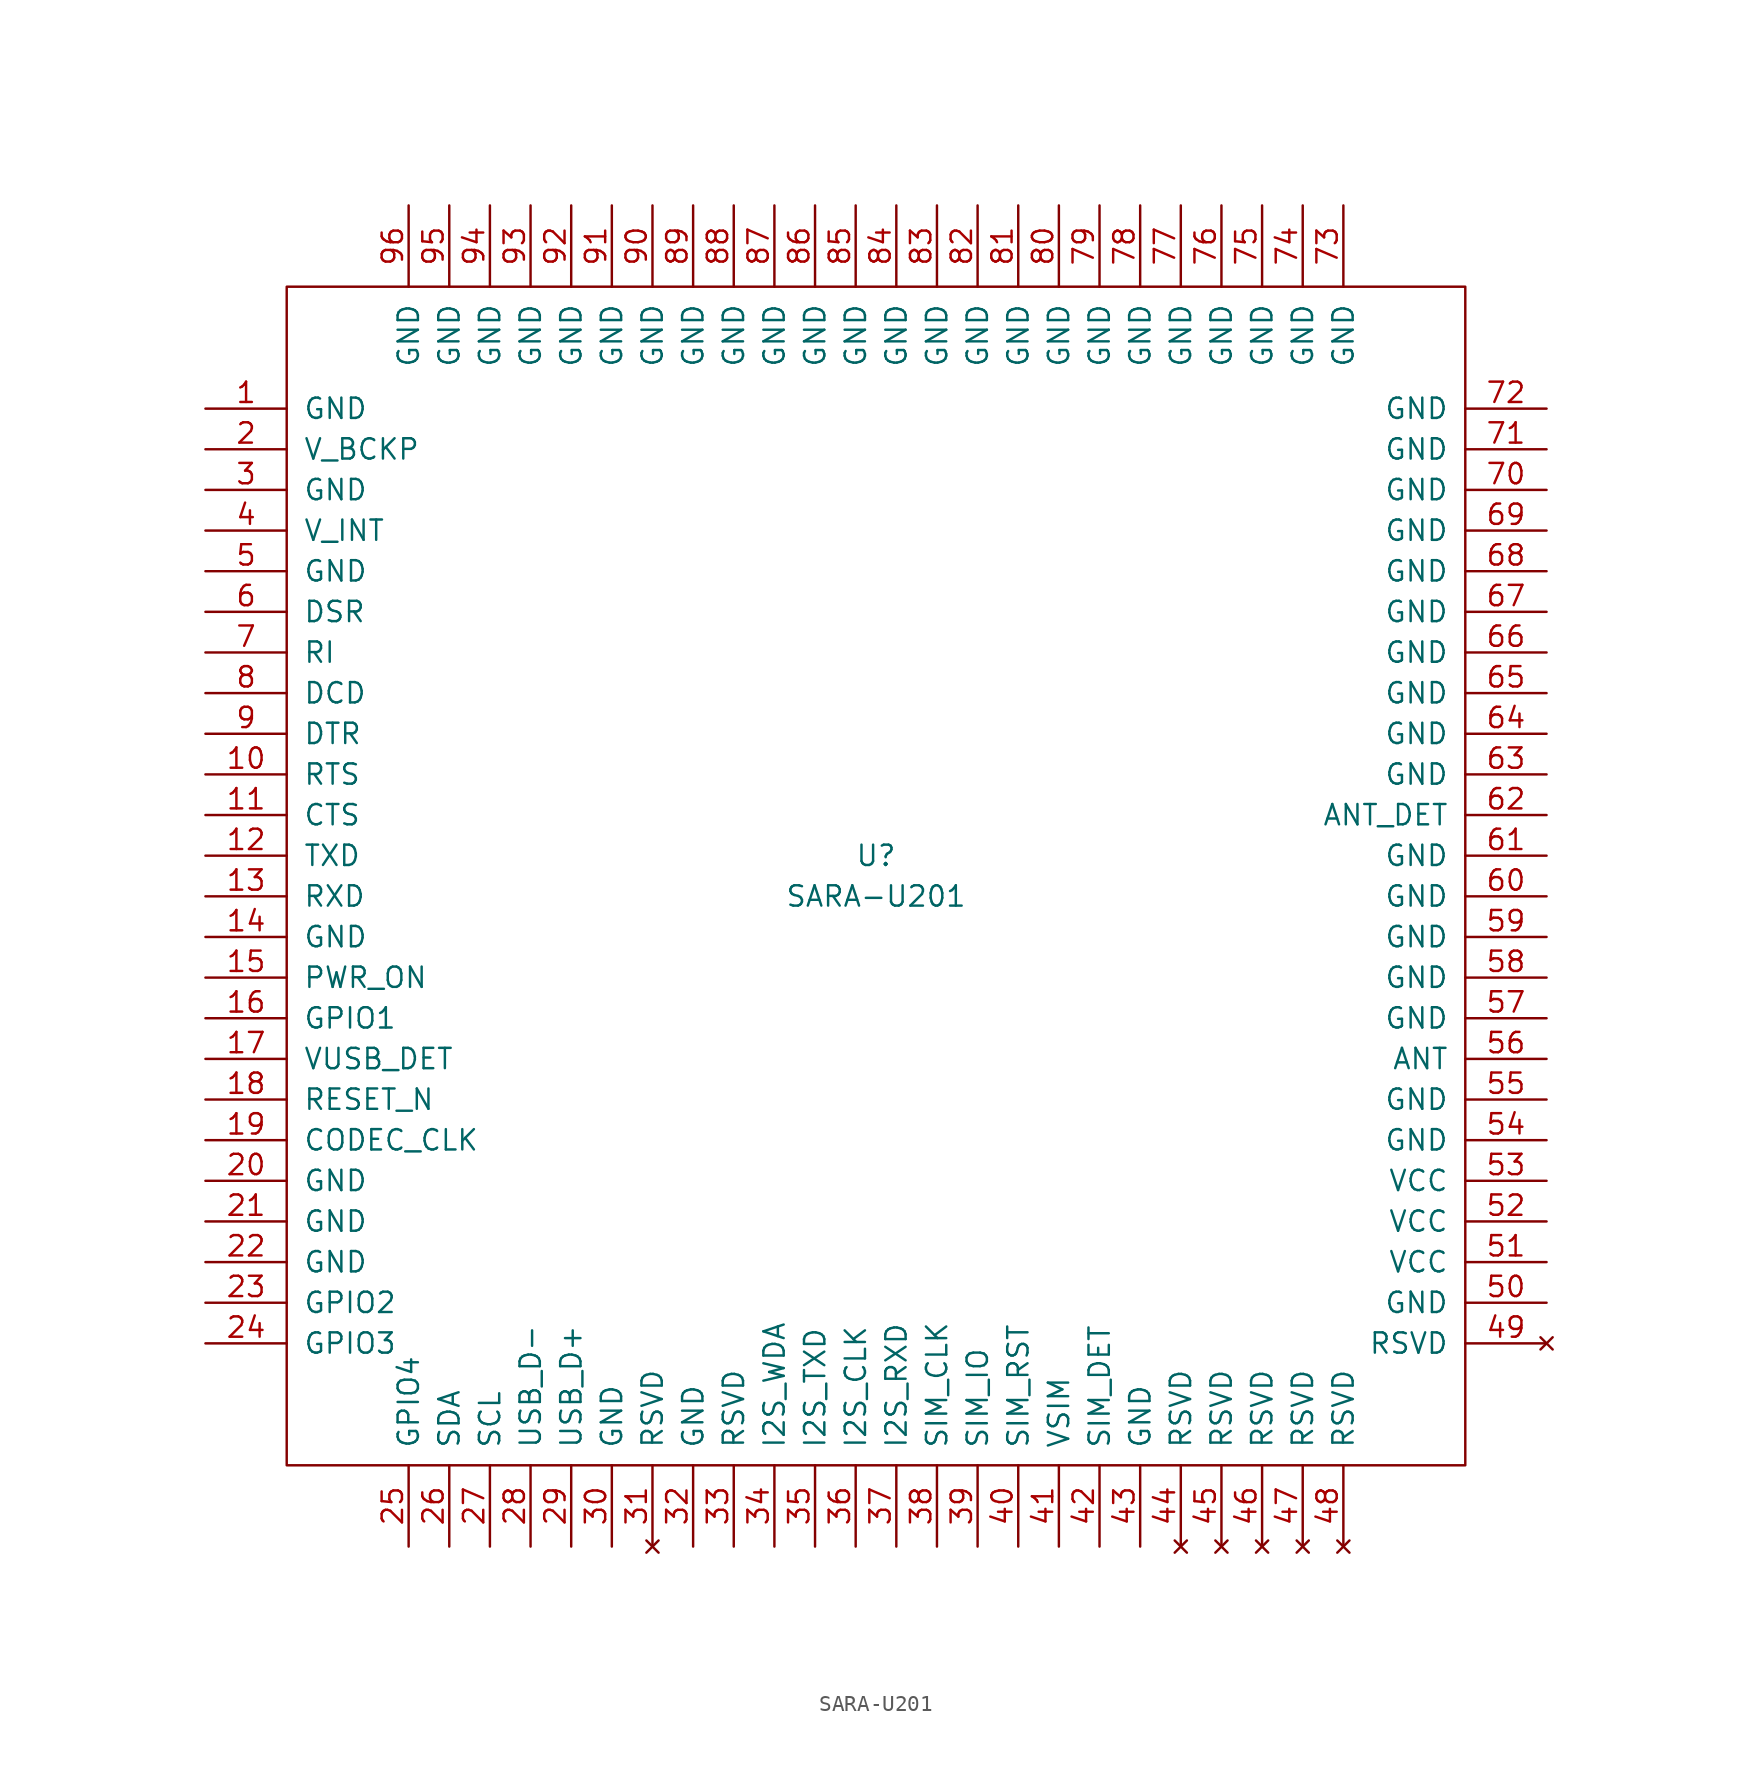
<source format=kicad_sym>
(kicad_symbol_lib
  (version 20201005)
  (generator kicad_symbol_editor)
  (symbol "SARA-U201"
    (pin_names
      (offset 1.016))
    (property "Reference" "U"
      (at 0 1.27 0)
      (effects (font (size 1.27 1.27))))
    (property "Value" "SARA-U201"
      (at 0 -1.27 0)
      (effects (font (size 1.27 1.27))))
    (symbol "SARA-U201_0_1"
      (rectangle (start -36.83 -36.83) (end 36.83 36.83) (stroke (width 0)) (fill (type none))))
    (symbol "SARA-U201_1_1"
      (pin power_in line (at -41.91 29.21 0) (length 5.08) (name "GND" (effects (font (size 1.27 1.27)))) (number "1" (effects (font (size 1.27 1.27)))))
      (pin input line (at -41.91 6.35 0) (length 5.08) (name "RTS" (effects (font (size 1.27 1.27)))) (number "10" (effects (font (size 1.27 1.27)))))
      (pin output line (at -41.91 3.81 0) (length 5.08) (name "CTS" (effects (font (size 1.27 1.27)))) (number "11" (effects (font (size 1.27 1.27)))))
      (pin input line (at -41.91 1.27 0) (length 5.08) (name "TXD" (effects (font (size 1.27 1.27)))) (number "12" (effects (font (size 1.27 1.27)))))
      (pin output line (at -41.91 -1.27 0) (length 5.08) (name "RXD" (effects (font (size 1.27 1.27)))) (number "13" (effects (font (size 1.27 1.27)))))
      (pin power_in line (at -41.91 -3.81 0) (length 5.08) (name "GND" (effects (font (size 1.27 1.27)))) (number "14" (effects (font (size 1.27 1.27)))))
      (pin input line (at -41.91 -6.35 0) (length 5.08) (name "PWR_ON" (effects (font (size 1.27 1.27)))) (number "15" (effects (font (size 1.27 1.27)))))
      (pin bidirectional line (at -41.91 -8.89 0) (length 5.08) (name "GPIO1" (effects (font (size 1.27 1.27)))) (number "16" (effects (font (size 1.27 1.27)))))
      (pin input line (at -41.91 -11.43 0) (length 5.08) (name "VUSB_DET~" (effects (font (size 1.27 1.27)))) (number "17" (effects (font (size 1.27 1.27)))))
      (pin input line (at -41.91 -13.97 0) (length 5.08) (name "RESET_N" (effects (font (size 1.27 1.27)))) (number "18" (effects (font (size 1.27 1.27)))))
      (pin output line (at -41.91 -16.51 0) (length 5.08) (name "CODEC_CLK" (effects (font (size 1.27 1.27)))) (number "19" (effects (font (size 1.27 1.27)))))
      (pin bidirectional line (at -41.91 26.67 0) (length 5.08) (name "V_BCKP" (effects (font (size 1.27 1.27)))) (number "2" (effects (font (size 1.27 1.27)))))
      (pin power_in line (at -41.91 -19.05 0) (length 5.08) (name "GND" (effects (font (size 1.27 1.27)))) (number "20" (effects (font (size 1.27 1.27)))))
      (pin power_in line (at -41.91 -21.59 0) (length 5.08) (name "GND~" (effects (font (size 1.27 1.27)))) (number "21" (effects (font (size 1.27 1.27)))))
      (pin power_in line (at -41.91 -24.13 0) (length 5.08) (name "GND" (effects (font (size 1.27 1.27)))) (number "22" (effects (font (size 1.27 1.27)))))
      (pin bidirectional line (at -41.91 -26.67 0) (length 5.08) (name "GPIO2" (effects (font (size 1.27 1.27)))) (number "23" (effects (font (size 1.27 1.27)))))
      (pin bidirectional line (at -41.91 -29.21 0) (length 5.08) (name "GPIO3" (effects (font (size 1.27 1.27)))) (number "24" (effects (font (size 1.27 1.27)))))
      (pin passive line (at -29.21 -41.91 90) (length 5.08) (name "GPIO4" (effects (font (size 1.27 1.27)))) (number "25" (effects (font (size 1.27 1.27)))))
      (pin bidirectional line (at -26.67 -41.91 90) (length 5.08) (name "SDA" (effects (font (size 1.27 1.27)))) (number "26" (effects (font (size 1.27 1.27)))))
      (pin output line (at -24.13 -41.91 90) (length 5.08) (name "SCL" (effects (font (size 1.27 1.27)))) (number "27" (effects (font (size 1.27 1.27)))))
      (pin bidirectional line (at -21.59 -41.91 90) (length 5.08) (name "USB_D-~" (effects (font (size 1.27 1.27)))) (number "28" (effects (font (size 1.27 1.27)))))
      (pin bidirectional line (at -19.05 -41.91 90) (length 5.08) (name "USB_D+" (effects (font (size 1.27 1.27)))) (number "29" (effects (font (size 1.27 1.27)))))
      (pin power_in line (at -41.91 24.13 0) (length 5.08) (name "GND" (effects (font (size 1.27 1.27)))) (number "3" (effects (font (size 1.27 1.27)))))
      (pin power_in line (at -16.51 -41.91 90) (length 5.08) (name "GND" (effects (font (size 1.27 1.27)))) (number "30" (effects (font (size 1.27 1.27)))))
      (pin unconnected line (at -13.97 -41.91 90) (length 5.08) (name "RSVD" (effects (font (size 1.27 1.27)))) (number "31" (effects (font (size 1.27 1.27)))))
      (pin power_in line (at -11.43 -41.91 90) (length 5.08) (name "GND" (effects (font (size 1.27 1.27)))) (number "32" (effects (font (size 1.27 1.27)))))
      (pin unspecified line (at -8.89 -41.91 90) (length 5.08) (name "RSVD" (effects (font (size 1.27 1.27)))) (number "33" (effects (font (size 1.27 1.27)))))
      (pin bidirectional line (at -6.35 -41.91 90) (length 5.08) (name "I2S_WDA" (effects (font (size 1.27 1.27)))) (number "34" (effects (font (size 1.27 1.27)))))
      (pin bidirectional line (at -3.81 -41.91 90) (length 5.08) (name "I2S_TXD" (effects (font (size 1.27 1.27)))) (number "35" (effects (font (size 1.27 1.27)))))
      (pin bidirectional line (at -1.27 -41.91 90) (length 5.08) (name "I2S_CLK" (effects (font (size 1.27 1.27)))) (number "36" (effects (font (size 1.27 1.27)))))
      (pin bidirectional line (at 1.27 -41.91 90) (length 5.08) (name "I2S_RXD" (effects (font (size 1.27 1.27)))) (number "37" (effects (font (size 1.27 1.27)))))
      (pin output line (at 3.81 -41.91 90) (length 5.08) (name "SIM_CLK" (effects (font (size 1.27 1.27)))) (number "38" (effects (font (size 1.27 1.27)))))
      (pin bidirectional line (at 6.35 -41.91 90) (length 5.08) (name "SIM_IO" (effects (font (size 1.27 1.27)))) (number "39" (effects (font (size 1.27 1.27)))))
      (pin power_out line (at -41.91 21.59 0) (length 5.08) (name "V_INT" (effects (font (size 1.27 1.27)))) (number "4" (effects (font (size 1.27 1.27)))))
      (pin output line (at 8.89 -41.91 90) (length 5.08) (name "SIM_RST" (effects (font (size 1.27 1.27)))) (number "40" (effects (font (size 1.27 1.27)))))
      (pin power_out line (at 11.43 -41.91 90) (length 5.08) (name "VSIM" (effects (font (size 1.27 1.27)))) (number "41" (effects (font (size 1.27 1.27)))))
      (pin input line (at 13.97 -41.91 90) (length 5.08) (name "SIM_DET" (effects (font (size 1.27 1.27)))) (number "42" (effects (font (size 1.27 1.27)))))
      (pin power_in line (at 16.51 -41.91 90) (length 5.08) (name "GND" (effects (font (size 1.27 1.27)))) (number "43" (effects (font (size 1.27 1.27)))))
      (pin unconnected line (at 19.05 -41.91 90) (length 5.08) (name "RSVD" (effects (font (size 1.27 1.27)))) (number "44" (effects (font (size 1.27 1.27)))))
      (pin unconnected line (at 21.59 -41.91 90) (length 5.08) (name "RSVD" (effects (font (size 1.27 1.27)))) (number "45" (effects (font (size 1.27 1.27)))))
      (pin unconnected line (at 24.13 -41.91 90) (length 5.08) (name "RSVD" (effects (font (size 1.27 1.27)))) (number "46" (effects (font (size 1.27 1.27)))))
      (pin unconnected line (at 26.67 -41.91 90) (length 5.08) (name "RSVD" (effects (font (size 1.27 1.27)))) (number "47" (effects (font (size 1.27 1.27)))))
      (pin unconnected line (at 29.21 -41.91 90) (length 5.08) (name "RSVD" (effects (font (size 1.27 1.27)))) (number "48" (effects (font (size 1.27 1.27)))))
      (pin unconnected line (at 41.91 -29.21 180) (length 5.08) (name "RSVD" (effects (font (size 1.27 1.27)))) (number "49" (effects (font (size 1.27 1.27)))))
      (pin power_in line (at -41.91 19.05 0) (length 5.08) (name "GND" (effects (font (size 1.27 1.27)))) (number "5" (effects (font (size 1.27 1.27)))))
      (pin power_in line (at 41.91 -26.67 180) (length 5.08) (name "GND" (effects (font (size 1.27 1.27)))) (number "50" (effects (font (size 1.27 1.27)))))
      (pin power_in line (at 41.91 -24.13 180) (length 5.08) (name "VCC" (effects (font (size 1.27 1.27)))) (number "51" (effects (font (size 1.27 1.27)))))
      (pin power_in line (at 41.91 -21.59 180) (length 5.08) (name "VCC" (effects (font (size 1.27 1.27)))) (number "52" (effects (font (size 1.27 1.27)))))
      (pin power_in line (at 41.91 -19.05 180) (length 5.08) (name "VCC" (effects (font (size 1.27 1.27)))) (number "53" (effects (font (size 1.27 1.27)))))
      (pin power_in line (at 41.91 -16.51 180) (length 5.08) (name "GND" (effects (font (size 1.27 1.27)))) (number "54" (effects (font (size 1.27 1.27)))))
      (pin power_in line (at 41.91 -13.97 180) (length 5.08) (name "GND" (effects (font (size 1.27 1.27)))) (number "55" (effects (font (size 1.27 1.27)))))
      (pin bidirectional line (at 41.91 -11.43 180) (length 5.08) (name "ANT~" (effects (font (size 1.27 1.27)))) (number "56" (effects (font (size 1.27 1.27)))))
      (pin power_in line (at 41.91 -8.89 180) (length 5.08) (name "GND" (effects (font (size 1.27 1.27)))) (number "57" (effects (font (size 1.27 1.27)))))
      (pin power_in line (at 41.91 -6.35 180) (length 5.08) (name "GND~" (effects (font (size 1.27 1.27)))) (number "58" (effects (font (size 1.27 1.27)))))
      (pin power_in line (at 41.91 -3.81 180) (length 5.08) (name "GND" (effects (font (size 1.27 1.27)))) (number "59" (effects (font (size 1.27 1.27)))))
      (pin output line (at -41.91 16.51 0) (length 5.08) (name "DSR" (effects (font (size 1.27 1.27)))) (number "6" (effects (font (size 1.27 1.27)))))
      (pin power_in line (at 41.91 -1.27 180) (length 5.08) (name "GND" (effects (font (size 1.27 1.27)))) (number "60" (effects (font (size 1.27 1.27)))))
      (pin power_in line (at 41.91 1.27 180) (length 5.08) (name "GND" (effects (font (size 1.27 1.27)))) (number "61" (effects (font (size 1.27 1.27)))))
      (pin input line (at 41.91 3.81 180) (length 5.08) (name "ANT_DET" (effects (font (size 1.27 1.27)))) (number "62" (effects (font (size 1.27 1.27)))))
      (pin power_in line (at 41.91 6.35 180) (length 5.08) (name "GND" (effects (font (size 1.27 1.27)))) (number "63" (effects (font (size 1.27 1.27)))))
      (pin power_in line (at 41.91 8.89 180) (length 5.08) (name "GND" (effects (font (size 1.27 1.27)))) (number "64" (effects (font (size 1.27 1.27)))))
      (pin power_in line (at 41.91 11.43 180) (length 5.08) (name "GND" (effects (font (size 1.27 1.27)))) (number "65" (effects (font (size 1.27 1.27)))))
      (pin power_in line (at 41.91 13.97 180) (length 5.08) (name "GND" (effects (font (size 1.27 1.27)))) (number "66" (effects (font (size 1.27 1.27)))))
      (pin power_in line (at 41.91 16.51 180) (length 5.08) (name "GND" (effects (font (size 1.27 1.27)))) (number "67" (effects (font (size 1.27 1.27)))))
      (pin power_in line (at 41.91 19.05 180) (length 5.08) (name "GND" (effects (font (size 1.27 1.27)))) (number "68" (effects (font (size 1.27 1.27)))))
      (pin power_in line (at 41.91 21.59 180) (length 5.08) (name "GND" (effects (font (size 1.27 1.27)))) (number "69" (effects (font (size 1.27 1.27)))))
      (pin output line (at -41.91 13.97 0) (length 5.08) (name "RI" (effects (font (size 1.27 1.27)))) (number "7" (effects (font (size 1.27 1.27)))))
      (pin power_in line (at 41.91 24.13 180) (length 5.08) (name "GND" (effects (font (size 1.27 1.27)))) (number "70" (effects (font (size 1.27 1.27)))))
      (pin power_in line (at 41.91 26.67 180) (length 5.08) (name "GND" (effects (font (size 1.27 1.27)))) (number "71" (effects (font (size 1.27 1.27)))))
      (pin power_in line (at 41.91 29.21 180) (length 5.08) (name "GND" (effects (font (size 1.27 1.27)))) (number "72" (effects (font (size 1.27 1.27)))))
      (pin power_in line (at 29.21 41.91 270) (length 5.08) (name "GND" (effects (font (size 1.27 1.27)))) (number "73" (effects (font (size 1.27 1.27)))))
      (pin power_in line (at 26.67 41.91 270) (length 5.08) (name "GND" (effects (font (size 1.27 1.27)))) (number "74" (effects (font (size 1.27 1.27)))))
      (pin power_in line (at 24.13 41.91 270) (length 5.08) (name "GND" (effects (font (size 1.27 1.27)))) (number "75" (effects (font (size 1.27 1.27)))))
      (pin power_in line (at 21.59 41.91 270) (length 5.08) (name "GND" (effects (font (size 1.27 1.27)))) (number "76" (effects (font (size 1.27 1.27)))))
      (pin power_in line (at 19.05 41.91 270) (length 5.08) (name "GND" (effects (font (size 1.27 1.27)))) (number "77" (effects (font (size 1.27 1.27)))))
      (pin power_in line (at 16.51 41.91 270) (length 5.08) (name "GND" (effects (font (size 1.27 1.27)))) (number "78" (effects (font (size 1.27 1.27)))))
      (pin power_in line (at 13.97 41.91 270) (length 5.08) (name "GND" (effects (font (size 1.27 1.27)))) (number "79" (effects (font (size 1.27 1.27)))))
      (pin output line (at -41.91 11.43 0) (length 5.08) (name "DCD" (effects (font (size 1.27 1.27)))) (number "8" (effects (font (size 1.27 1.27)))))
      (pin power_in line (at 11.43 41.91 270) (length 5.08) (name "GND" (effects (font (size 1.27 1.27)))) (number "80" (effects (font (size 1.27 1.27)))))
      (pin power_in line (at 8.89 41.91 270) (length 5.08) (name "GND" (effects (font (size 1.27 1.27)))) (number "81" (effects (font (size 1.27 1.27)))))
      (pin power_in line (at 6.35 41.91 270) (length 5.08) (name "GND" (effects (font (size 1.27 1.27)))) (number "82" (effects (font (size 1.27 1.27)))))
      (pin power_in line (at 3.81 41.91 270) (length 5.08) (name "GND" (effects (font (size 1.27 1.27)))) (number "83" (effects (font (size 1.27 1.27)))))
      (pin power_in line (at 1.27 41.91 270) (length 5.08) (name "GND" (effects (font (size 1.27 1.27)))) (number "84" (effects (font (size 1.27 1.27)))))
      (pin power_in line (at -1.27 41.91 270) (length 5.08) (name "GND" (effects (font (size 1.27 1.27)))) (number "85" (effects (font (size 1.27 1.27)))))
      (pin power_in line (at -3.81 41.91 270) (length 5.08) (name "GND" (effects (font (size 1.27 1.27)))) (number "86" (effects (font (size 1.27 1.27)))))
      (pin power_in line (at -6.35 41.91 270) (length 5.08) (name "GND" (effects (font (size 1.27 1.27)))) (number "87" (effects (font (size 1.27 1.27)))))
      (pin power_in line (at -8.89 41.91 270) (length 5.08) (name "GND" (effects (font (size 1.27 1.27)))) (number "88" (effects (font (size 1.27 1.27)))))
      (pin power_in line (at -11.43 41.91 270) (length 5.08) (name "GND" (effects (font (size 1.27 1.27)))) (number "89" (effects (font (size 1.27 1.27)))))
      (pin input line (at -41.91 8.89 0) (length 5.08) (name "DTR" (effects (font (size 1.27 1.27)))) (number "9" (effects (font (size 1.27 1.27)))))
      (pin power_in line (at -13.97 41.91 270) (length 5.08) (name "GND" (effects (font (size 1.27 1.27)))) (number "90" (effects (font (size 1.27 1.27)))))
      (pin power_in line (at -16.51 41.91 270) (length 5.08) (name "GND" (effects (font (size 1.27 1.27)))) (number "91" (effects (font (size 1.27 1.27)))))
      (pin power_in line (at -19.05 41.91 270) (length 5.08) (name "GND" (effects (font (size 1.27 1.27)))) (number "92" (effects (font (size 1.27 1.27)))))
      (pin power_in line (at -21.59 41.91 270) (length 5.08) (name "GND" (effects (font (size 1.27 1.27)))) (number "93" (effects (font (size 1.27 1.27)))))
      (pin power_in line (at -24.13 41.91 270) (length 5.08) (name "GND" (effects (font (size 1.27 1.27)))) (number "94" (effects (font (size 1.27 1.27)))))
      (pin power_in line (at -26.67 41.91 270) (length 5.08) (name "GND" (effects (font (size 1.27 1.27)))) (number "95" (effects (font (size 1.27 1.27)))))
      (pin power_in line (at -29.21 41.91 270) (length 5.08) (name "GND" (effects (font (size 1.27 1.27)))) (number "96" (effects (font (size 1.27 1.27))))))))
</source>
